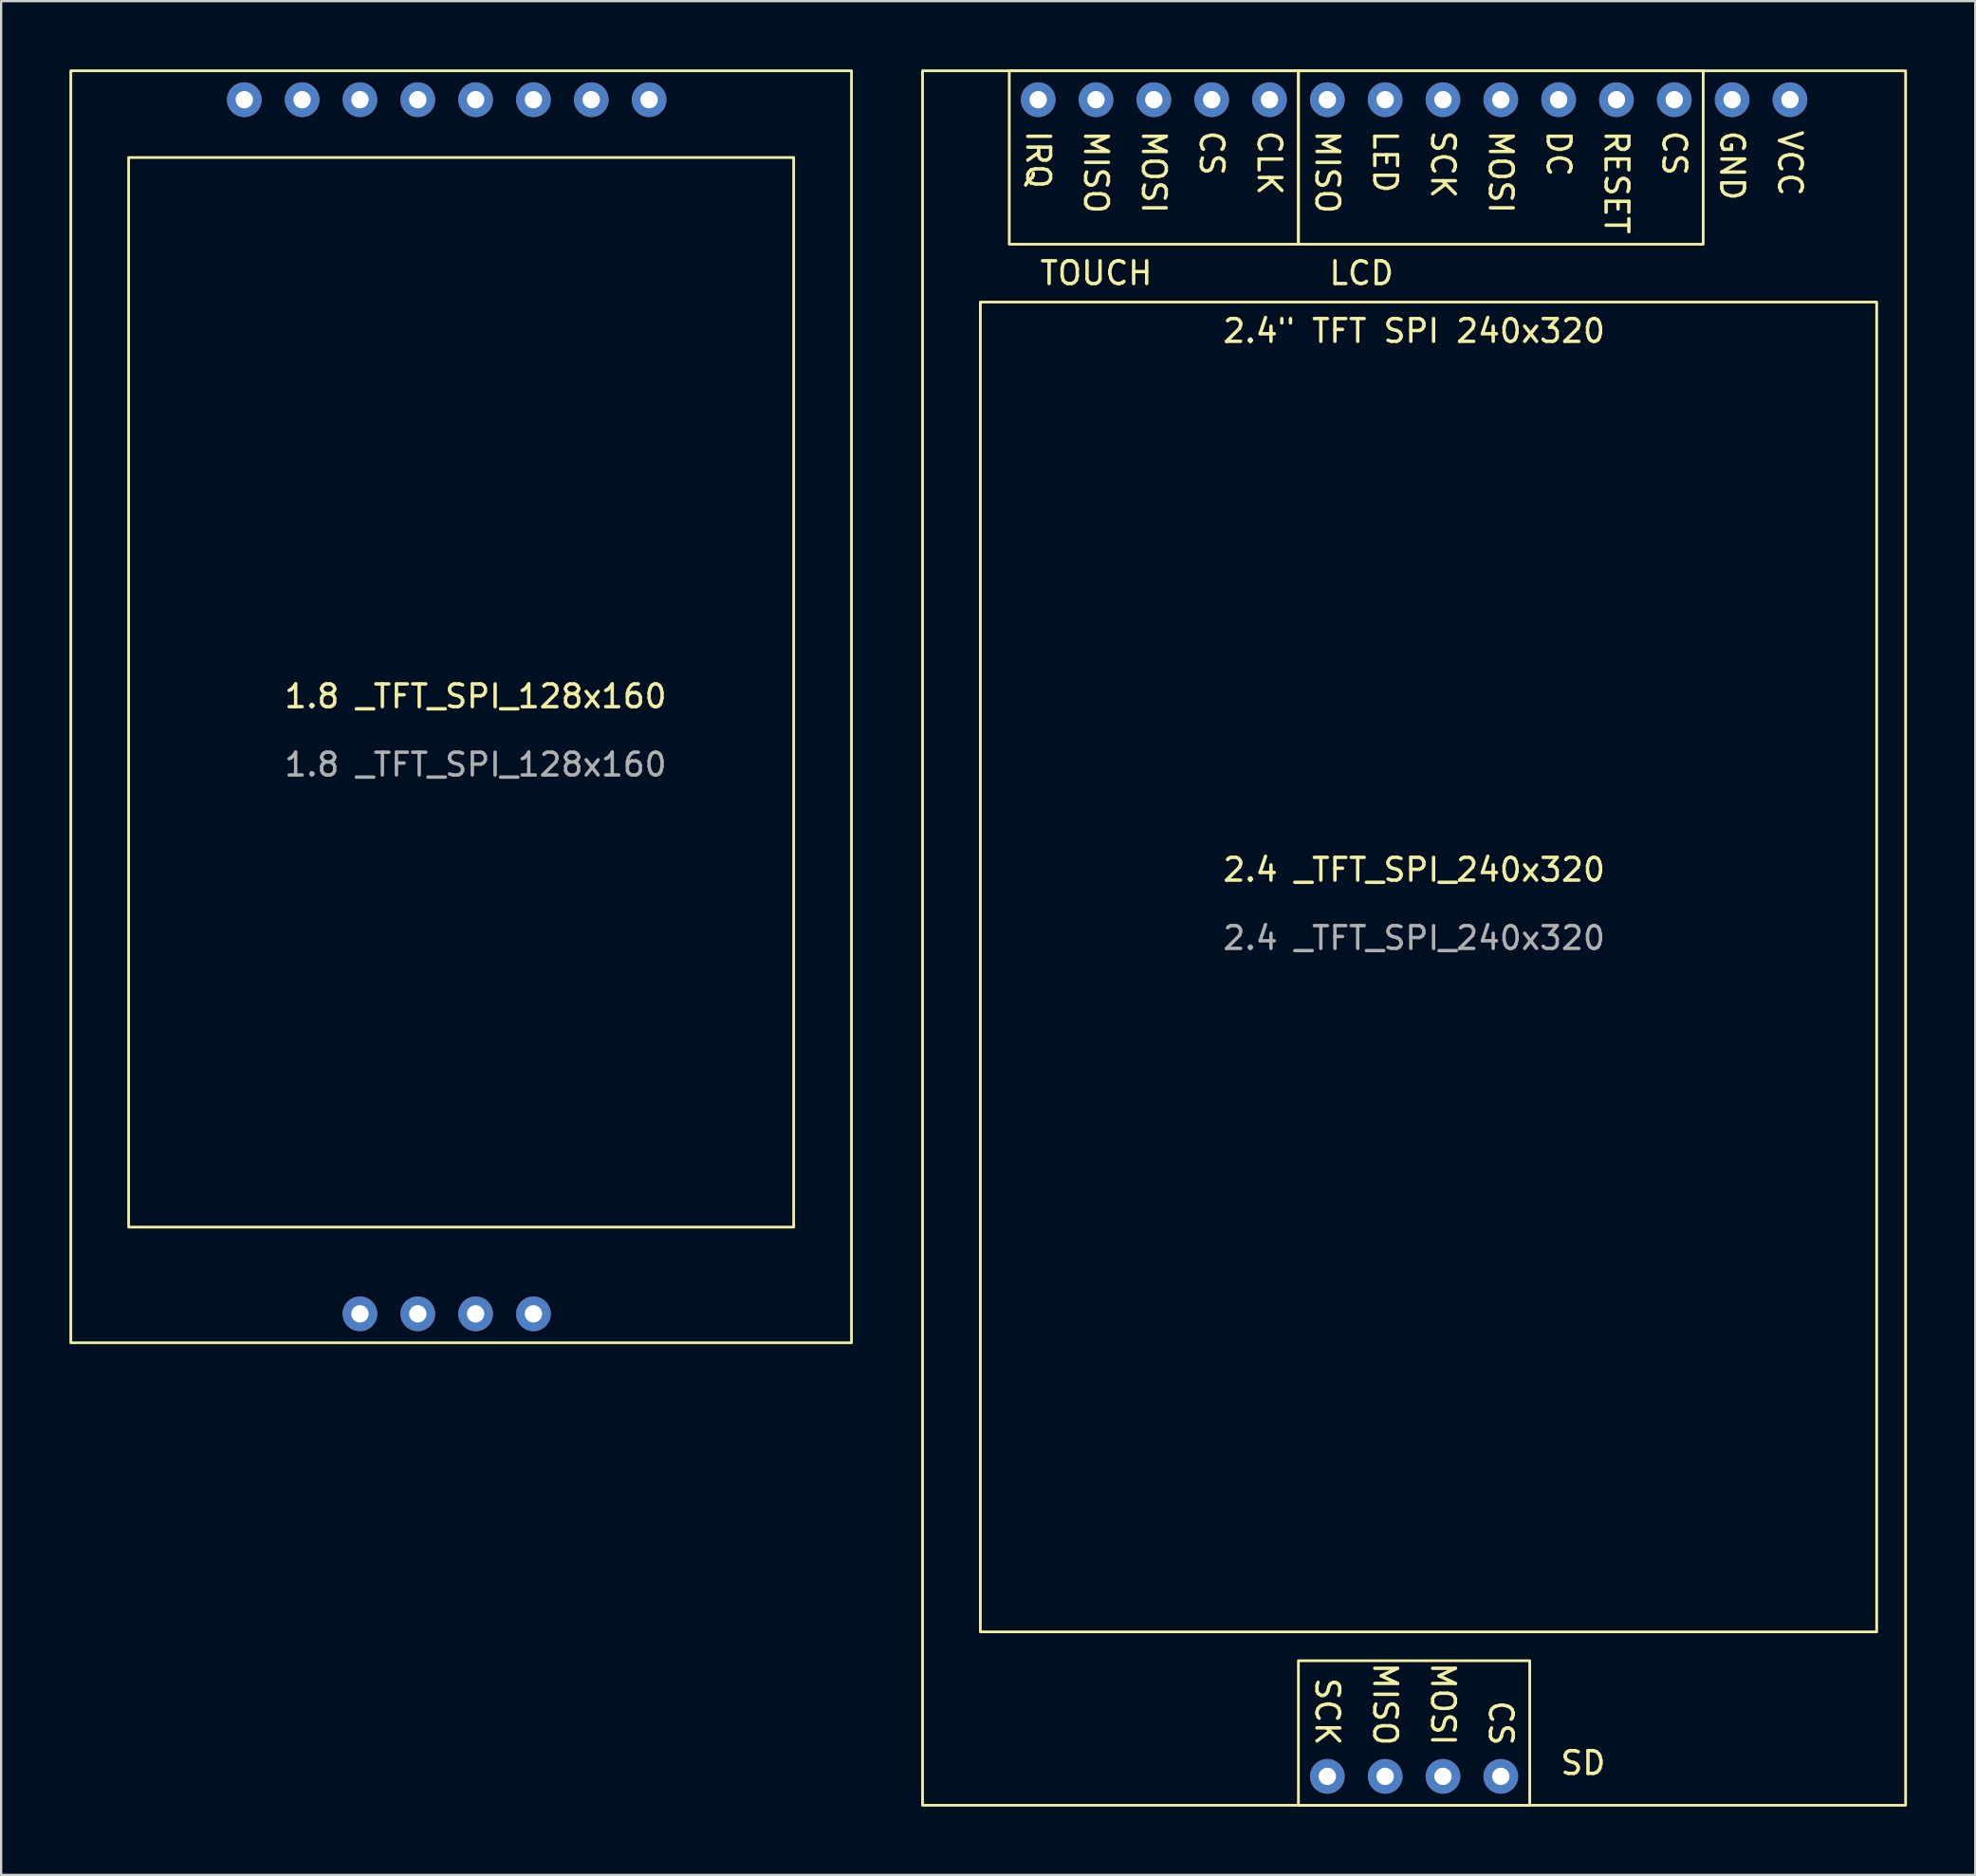
<source format=kicad_pcb>
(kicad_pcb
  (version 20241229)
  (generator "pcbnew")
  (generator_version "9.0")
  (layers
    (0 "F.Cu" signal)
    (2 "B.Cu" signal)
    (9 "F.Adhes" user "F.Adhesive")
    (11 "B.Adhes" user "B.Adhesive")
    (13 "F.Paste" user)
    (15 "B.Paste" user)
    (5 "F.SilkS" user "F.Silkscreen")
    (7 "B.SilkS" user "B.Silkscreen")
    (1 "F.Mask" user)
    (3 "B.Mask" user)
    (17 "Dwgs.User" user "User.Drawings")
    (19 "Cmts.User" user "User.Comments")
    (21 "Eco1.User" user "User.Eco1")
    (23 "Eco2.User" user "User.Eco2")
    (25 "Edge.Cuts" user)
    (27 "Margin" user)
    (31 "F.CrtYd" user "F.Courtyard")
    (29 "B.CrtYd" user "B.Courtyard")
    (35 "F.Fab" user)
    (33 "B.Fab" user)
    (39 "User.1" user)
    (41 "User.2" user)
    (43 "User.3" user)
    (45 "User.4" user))
  (footprint "1.8 _TFT_SPI_128x160"
    (layer "F.Cu")
    (at 17.84 29.27)
    (property "Reference" "1.8 _TFT_SPI_128x160" (at 0 -1.73 0) (unlocked yes) (layer "F.SilkS") (effects (font (size 1 1) (thickness 0.15))))
    (attr through_hole)
    (fp_rect (start 13.97 21.59) (end -15.24 -25.4) (stroke (width 0.12) (type default)) (fill no) (layer "F.SilkS"))
    (fp_rect (start 16.51 26.67) (end -17.78 -29.21) (stroke (width 0.12) (type default)) (fill no) (layer "F.SilkS"))
    (fp_text user "${REFERENCE}" (at 0 1.27 0) (unlocked yes) (layer "F.Fab") (effects (font (size 1 1) (thickness 0.15))))
    (pad "1" thru_hole circle (at 7.62 -27.94 180) (size 1.524 1.524) (drill 0.762) (layers "*.Cu" "*.Mask"))
    (pad "2" thru_hole circle (at 5.08 -27.94 180) (size 1.524 1.524) (drill 0.762) (layers "*.Cu" "*.Mask"))
    (pad "3" thru_hole circle (at 2.54 -27.94 180) (size 1.524 1.524) (drill 0.762) (layers "*.Cu" "*.Mask"))
    (pad "4" thru_hole circle (at 0 -27.94 180) (size 1.524 1.524) (drill 0.762) (layers "*.Cu" "*.Mask"))
    (pad "5" thru_hole circle (at -2.54 -27.94 180) (size 1.524 1.524) (drill 0.762) (layers "*.Cu" "*.Mask"))
    (pad "6" thru_hole circle (at -5.08 -27.94 180) (size 1.524 1.524) (drill 0.762) (layers "*.Cu" "*.Mask"))
    (pad "7" thru_hole circle (at -7.62 -27.94 180) (size 1.524 1.524) (drill 0.762) (layers "*.Cu" "*.Mask"))
    (pad "8" thru_hole circle (at -10.16 -27.94 180) (size 1.524 1.524) (drill 0.762) (layers "*.Cu" "*.Mask"))
    (pad "9" thru_hole circle (at 2.54 25.4 180) (size 1.524 1.524) (drill 0.762) (layers "*.Cu" "*.Mask"))
    (pad "10" thru_hole circle (at 0 25.4 180) (size 1.524 1.524) (drill 0.762) (layers "*.Cu" "*.Mask"))
    (pad "11" thru_hole circle (at -2.54 25.4 180) (size 1.524 1.524) (drill 0.762) (layers "*.Cu" "*.Mask"))
    (pad "12" thru_hole circle (at -5.08 25.4 180) (size 1.524 1.524) (drill 0.762) (layers "*.Cu" "*.Mask")))
  (footprint "2.4 _TFT_SPI_240x320"
    (layer "F.Cu")
    (at 59.06 36.89)
    (property "Reference" "2.4 _TFT_SPI_240x320" (at 0 -1.73 0) (unlocked yes) (layer "F.SilkS") (effects (font (size 1 1) (thickness 0.15))))
    (attr through_hole)
    (fp_rect (start -19.05 31.75) (end 20.32 -26.67) (stroke (width 0.12) (type default)) (fill no) (layer "F.SilkS"))
    (fp_rect (start -5.08 -29.21) (end -17.78 -36.83) (stroke (width 0.12) (type default)) (fill no) (layer "F.SilkS"))
    (fp_rect (start 5.08 39.37) (end -5.08 33.02) (stroke (width 0.12) (type default)) (fill no) (layer "F.SilkS"))
    (fp_rect (start 12.7 -29.21) (end -5.08 -36.83) (stroke (width 0.12) (type default)) (fill no) (layer "F.SilkS"))
    (fp_rect (start 21.59 -36.83) (end -21.59 39.37) (stroke (width 0.12) (type default)) (fill no) (layer "F.SilkS"))
    (fp_text user "IRQ" (at -16.51 -34.29 270) (unlocked yes) (layer "F.SilkS") (effects (font (size 1 1) (thickness 0.15)) (justify left)))
    (fp_text user "CS" (at 3.81 36.83 270) (unlocked yes) (layer "F.SilkS") (effects (font (size 1 1) (thickness 0.15)) (justify right)))
    (fp_text user "CS" (at 11.43 -34.29 270) (unlocked yes) (layer "F.SilkS") (effects (font (size 1 1) (thickness 0.15)) (justify left)))
    (fp_text user "SCK" (at 1.27 -34.29 270) (unlocked yes) (layer "F.SilkS") (effects (font (size 1 1) (thickness 0.15)) (justify left)))
    (fp_text user "GND" (at 13.97 -34.29 270) (unlocked yes) (layer "F.SilkS") (effects (font (size 1 1) (thickness 0.15)) (justify left)))
    (fp_text user "MISO" (at -13.97 -34.29 270) (unlocked yes) (layer "F.SilkS") (effects (font (size 1 1) (thickness 0.15)) (justify left)))
    (fp_text user "2.4\" TFT SPI 240x320" (at 0 -25.4 0) (unlocked yes) (layer "F.SilkS") (effects (font (size 1 1) (thickness 0.15))))
    (fp_text user "MOSI" (at 3.81 -34.29 270) (unlocked yes) (layer "F.SilkS") (effects (font (size 1 1) (thickness 0.15)) (justify left)))
    (fp_text user "RESET" (at 8.89 -34.29 270) (unlocked yes) (layer "F.SilkS") (effects (font (size 1 1) (thickness 0.15)) (justify left)))
    (fp_text user "VCC" (at 16.51 -34.29 270) (unlocked yes) (layer "F.SilkS") (effects (font (size 1 1) (thickness 0.15)) (justify left)))
    (fp_text user "MOSI" (at -11.43 -34.29 270) (unlocked yes) (layer "F.SilkS") (effects (font (size 1 1) (thickness 0.15)) (justify left)))
    (fp_text user "DC" (at 6.35 -34.29 270) (unlocked yes) (layer "F.SilkS") (effects (font (size 1 1) (thickness 0.15)) (justify left)))
    (fp_text user "TOUCH" (at -16.51 -27.94 0) (unlocked yes) (layer "F.SilkS") (effects (font (size 1 1) (thickness 0.15)) (justify left)))
    (fp_text user "SD" (at 6.35 38.1 0) (unlocked yes) (layer "F.SilkS") (effects (font (size 1 1) (thickness 0.15)) (justify left bottom)))
    (fp_text user "LCD" (at -3.81 -27.94 0) (unlocked yes) (layer "F.SilkS") (effects (font (size 1 1) (thickness 0.15)) (justify left)))
    (fp_text user "SCK" (at -3.81 36.83 270) (unlocked yes) (layer "F.SilkS") (effects (font (size 1 1) (thickness 0.15)) (justify right)))
    (fp_text user "CS" (at -8.89 -34.29 270) (unlocked yes) (layer "F.SilkS") (effects (font (size 1 1) (thickness 0.15)) (justify left)))
    (fp_text user "MOSI" (at 1.27 36.83 270) (unlocked yes) (layer "F.SilkS") (effects (font (size 1 1) (thickness 0.15)) (justify right)))
    (fp_text user "LED" (at -1.27 -34.29 270) (unlocked yes) (layer "F.SilkS") (effects (font (size 1 1) (thickness 0.15)) (justify left)))
    (fp_text user "MISO" (at -1.27 36.83 270) (unlocked yes) (layer "F.SilkS") (effects (font (size 1 1) (thickness 0.15)) (justify right)))
    (fp_text user "CLK" (at -6.35 -34.29 270) (unlocked yes) (layer "F.SilkS") (effects (font (size 1 1) (thickness 0.15)) (justify left)))
    (fp_text user "MISO" (at -3.81 -34.29 270) (unlocked yes) (layer "F.SilkS") (effects (font (size 1 1) (thickness 0.15)) (justify left)))
    (fp_text user "${REFERENCE}" (at 0 1.27 0) (unlocked yes) (layer "F.Fab") (effects (font (size 1 1) (thickness 0.15))))
    (pad "1" thru_hole circle (at 16.51 -35.56 180) (size 1.524 1.524) (drill 0.762) (layers "*.Cu" "*.Mask"))
    (pad "2" thru_hole circle (at 13.97 -35.56 180) (size 1.524 1.524) (drill 0.762) (layers "*.Cu" "*.Mask"))
    (pad "3" thru_hole circle (at 11.43 -35.56 180) (size 1.524 1.524) (drill 0.762) (layers "*.Cu" "*.Mask"))
    (pad "4" thru_hole circle (at 8.89 -35.56 180) (size 1.524 1.524) (drill 0.762) (layers "*.Cu" "*.Mask"))
    (pad "5" thru_hole circle (at 6.35 -35.56 180) (size 1.524 1.524) (drill 0.762) (layers "*.Cu" "*.Mask"))
    (pad "6" thru_hole circle (at 3.81 -35.56 180) (size 1.524 1.524) (drill 0.762) (layers "*.Cu" "*.Mask"))
    (pad "7" thru_hole circle (at 1.27 -35.56 180) (size 1.524 1.524) (drill 0.762) (layers "*.Cu" "*.Mask"))
    (pad "8" thru_hole circle (at -1.27 -35.56 180) (size 1.524 1.524) (drill 0.762) (layers "*.Cu" "*.Mask"))
    (pad "9" thru_hole circle (at -3.81 -35.56 180) (size 1.524 1.524) (drill 0.762) (layers "*.Cu" "*.Mask"))
    (pad "10" thru_hole circle (at -6.35 -35.56 180) (size 1.524 1.524) (drill 0.762) (layers "*.Cu" "*.Mask"))
    (pad "11" thru_hole circle (at -8.89 -35.56 180) (size 1.524 1.524) (drill 0.762) (layers "*.Cu" "*.Mask"))
    (pad "12" thru_hole circle (at -11.43 -35.56 180) (size 1.524 1.524) (drill 0.762) (layers "*.Cu" "*.Mask"))
    (pad "13" thru_hole circle (at -13.97 -35.56 180) (size 1.524 1.524) (drill 0.762) (layers "*.Cu" "*.Mask"))
    (pad "14" thru_hole circle (at -16.51 -35.56 180) (size 1.524 1.524) (drill 0.762) (layers "*.Cu" "*.Mask"))
    (pad "15" thru_hole circle (at 3.81 38.1 180) (size 1.524 1.524) (drill 0.762) (layers "*.Cu" "*.Mask"))
    (pad "16" thru_hole circle (at 1.27 38.1 180) (size 1.524 1.524) (drill 0.762) (layers "*.Cu" "*.Mask"))
    (pad "17" thru_hole circle (at -1.27 38.1 180) (size 1.524 1.524) (drill 0.762) (layers "*.Cu" "*.Mask"))
    (pad "18" thru_hole circle (at -3.81 38.1 180) (size 1.524 1.524) (drill 0.762) (layers "*.Cu" "*.Mask")))
  (gr_rect
    (start -3 -3)
    (end 83.71 79.32)
    (stroke (width 0.1) (type default))
    (fill no)
    (layer "Edge.Cuts")))
</source>
